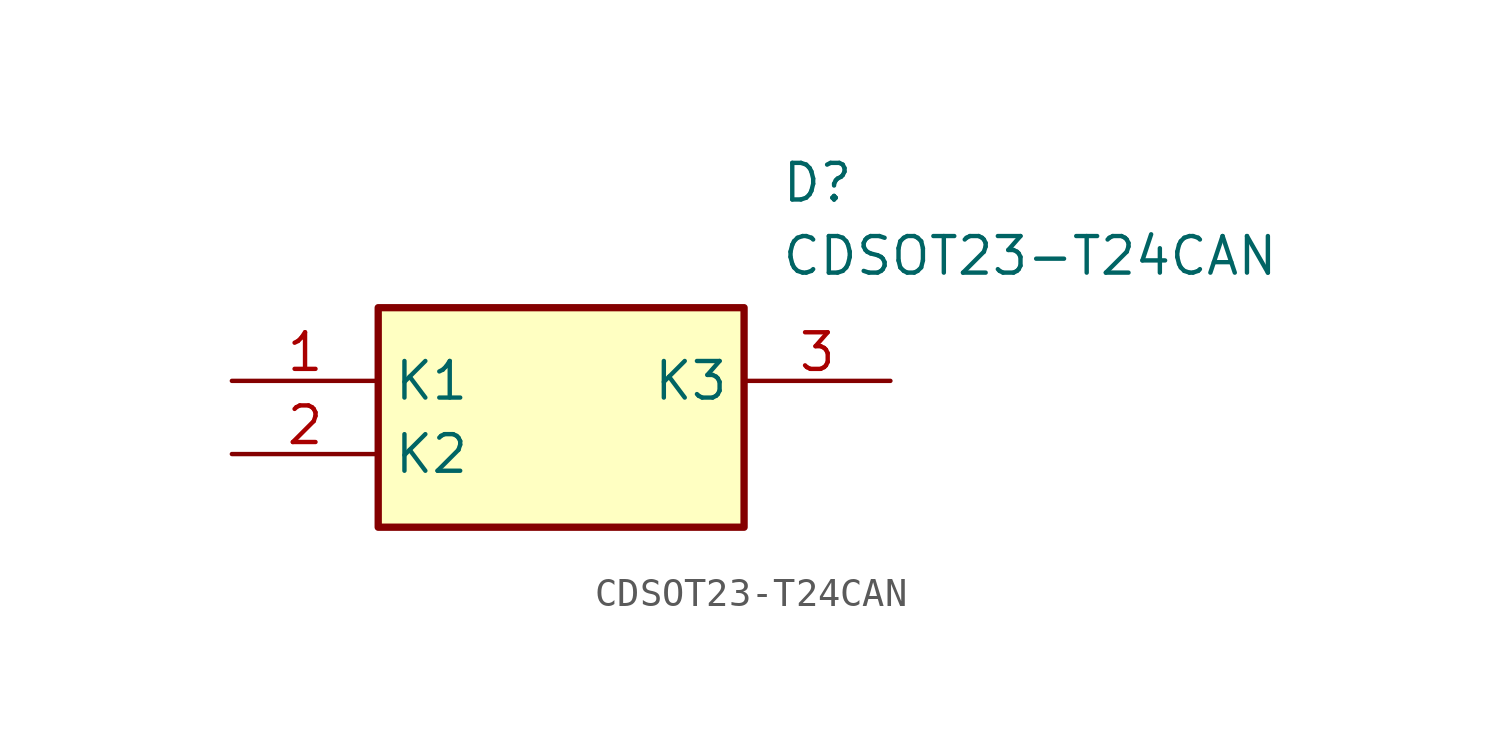
<source format=kicad_sym>
(kicad_symbol_lib
  (version 20220914)
  (generator kicad_symbol_editor)
  (symbol "CDSOT23-T24CAN"
    (property "Reference" "D"
      (at 19.05 7.62 0)
      (effects (font (size 1.27 1.27)) (justify left top)))
    (property "Value" "CDSOT23-T24CAN"
      (at 19.05 5.08 0)
      (effects (font (size 1.27 1.27)) (justify left top)))
    (symbol "CDSOT23-T24CAN_1_1"
      (rectangle (start 5.08 2.54) (end 17.78 -5.08) (stroke (width 0.254) (type default)) (fill (type background)))
      (pin passive line (at 0 0 0) (length 5.08) (name "K1" (effects (font (size 1.27 1.27)))) (number "1" (effects (font (size 1.27 1.27)))))
      (pin passive line (at 0 -2.54 0) (length 5.08) (name "K2" (effects (font (size 1.27 1.27)))) (number "2" (effects (font (size 1.27 1.27)))))
      (pin passive line (at 22.86 0 180) (length 5.08) (name "K3" (effects (font (size 1.27 1.27)))) (number "3" (effects (font (size 1.27 1.27))))))))
</source>
